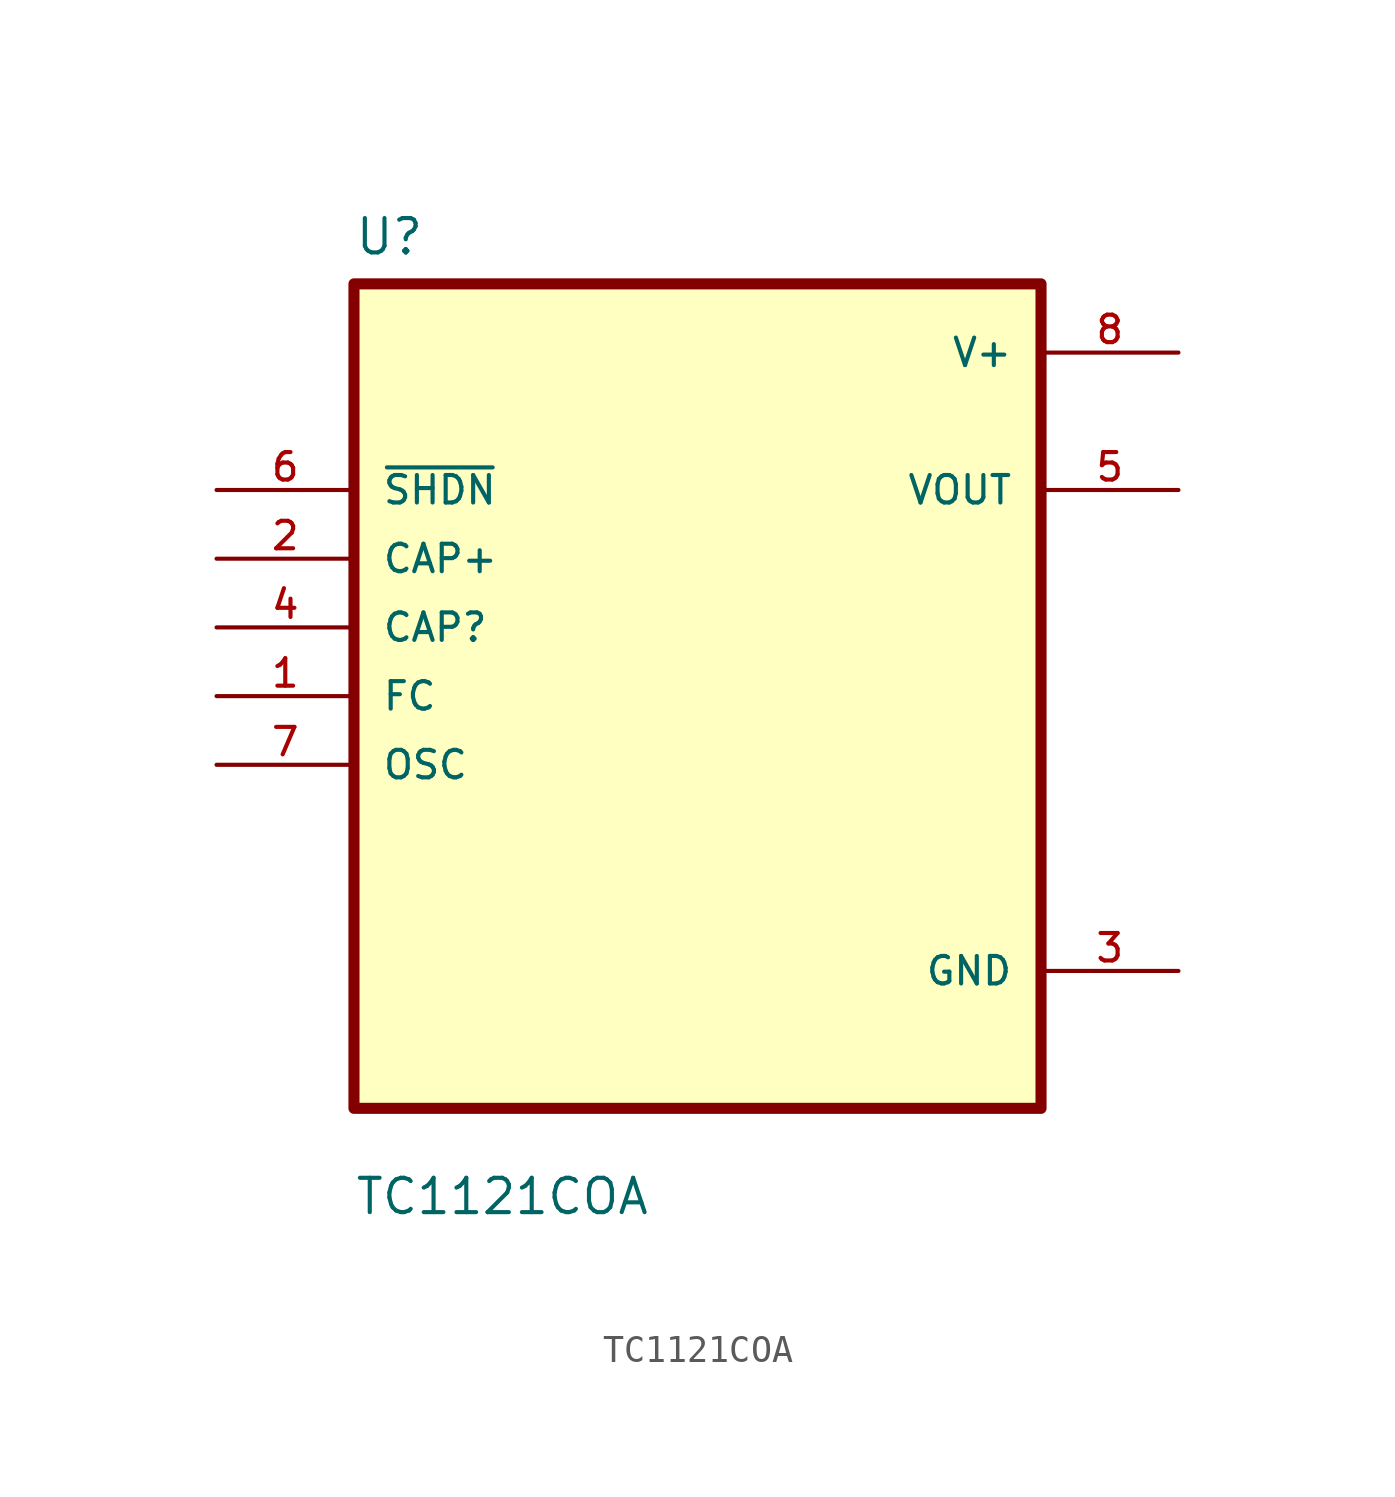
<source format=kicad_sym>
(kicad_symbol_lib
  (version 20211014)
  (generator kicad_symbol_editor)
  (symbol "TC1121COA"
    (pin_names
      (offset 1.016))
    (property "Reference" "U"
      (at -12.7 16.24 0.0)
      (effects (font (size 1.27 1.27)) (justify bottom left)))
    (property "Value" "TC1121COA"
      (at -12.7 -19.24 0.0)
      (effects (font (size 1.27 1.27)) (justify bottom left)))
    (symbol "TC1121COA_0_0"
      (rectangle (start -12.7 -15.24) (end 12.7 15.24) (stroke (width 0.41)) (fill (type background)))
      (pin input line (at -17.78 7.62 0) (length 5.08) (name "~{SHDN}" (effects (font (size 1.016 1.016)))) (number "6" (effects (font (size 1.016 1.016)))))
      (pin input line (at -17.78 5.08 0) (length 5.08) (name "CAP+" (effects (font (size 1.016 1.016)))) (number "2" (effects (font (size 1.016 1.016)))))
      (pin input line (at -17.78 2.54 0) (length 5.08) (name "CAP?" (effects (font (size 1.016 1.016)))) (number "4" (effects (font (size 1.016 1.016)))))
      (pin input line (at -17.78 0.0 0) (length 5.08) (name "FC" (effects (font (size 1.016 1.016)))) (number "1" (effects (font (size 1.016 1.016)))))
      (pin input line (at -17.78 -2.54 0) (length 5.08) (name "OSC" (effects (font (size 1.016 1.016)))) (number "7" (effects (font (size 1.016 1.016)))))
      (pin power_in line (at 17.78 12.7 180.0) (length 5.08) (name "V+" (effects (font (size 1.016 1.016)))) (number "8" (effects (font (size 1.016 1.016)))))
      (pin output line (at 17.78 7.62 180.0) (length 5.08) (name "VOUT" (effects (font (size 1.016 1.016)))) (number "5" (effects (font (size 1.016 1.016)))))
      (pin power_in line (at 17.78 -10.16 180.0) (length 5.08) (name "GND" (effects (font (size 1.016 1.016)))) (number "3" (effects (font (size 1.016 1.016))))))))
</source>
